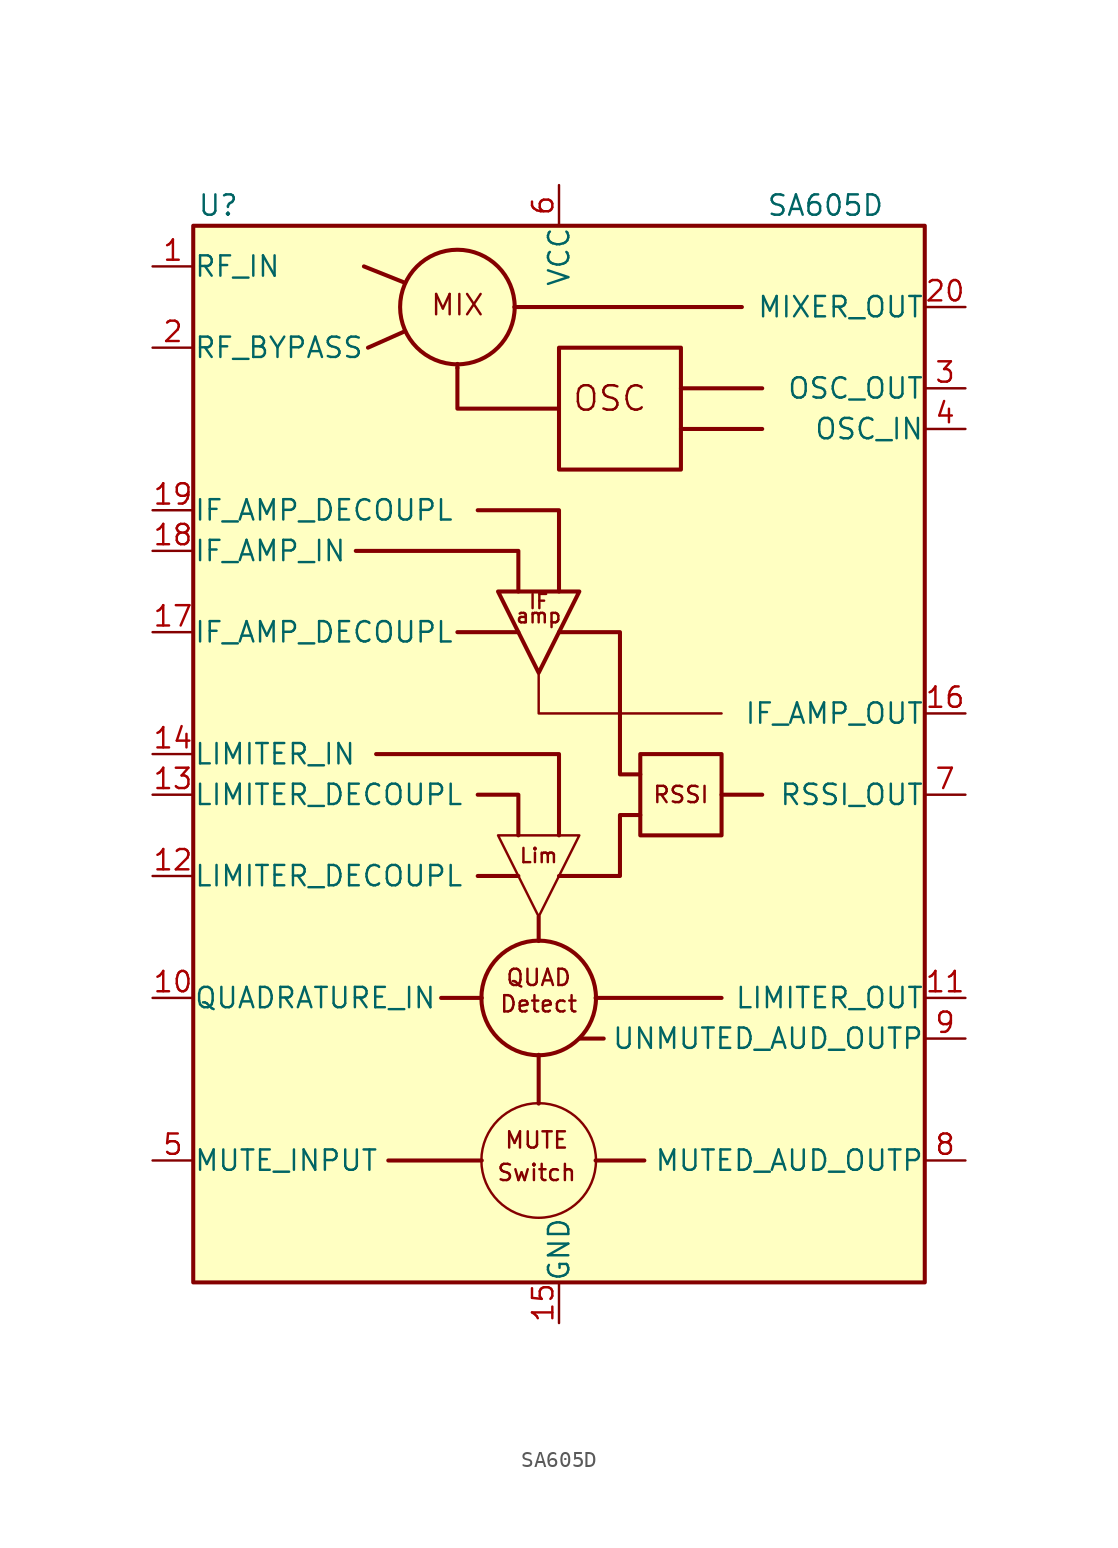
<source format=kicad_sym>
(kicad_symbol_lib
  (version 20201005)
  (generator kicad_symbol_editor)
  (symbol "SA605D"
    (pin_names
      (offset 0.025))
    (property "Reference" "U"
      (at -22.606 24.13 0)
      (effects (font (size 1.27 1.27)) (justify left)))
    (property "Value" "SA605D"
      (at 12.954 24.13 0)
      (effects (font (size 1.27 1.27)) (justify left)))
    (symbol "SA605D_0_0"
      (circle (center -1.27 -35.56) (radius 3.581) (stroke (width 0)) (fill (type none)))
      (circle (center -1.27 -25.4) (radius 3.581) (stroke (width 0.254)) (fill (type none)))
      (text "amp" (at -1.27 -1.524 0) (effects (font (size 0.889 0.889))))
      (text "Detect" (at -1.27 -25.781 0) (effects (font (size 1.016 1.016))))
      (text "IF" (at -1.27 -0.635 0) (effects (font (size 0.889 0.889))))
      (text "Lim" (at -1.27 -16.51 0) (effects (font (size 0.889 0.889))))
      (text "MIX" (at -6.35 17.907 0) (effects (font (size 1.27 1.27))))
      (text "MUTE" (at -1.397 -34.29 0) (effects (font (size 1.016 1.016))))
      (text "OSC" (at 3.175 12.065 0) (effects (font (size 1.524 1.524))))
      (text "QUAD" (at -1.27 -24.13 0) (effects (font (size 1.016 1.016))))
      (text "RSSI" (at 7.62 -12.7 0) (effects (font (size 1.016 1.016))))
      (text "Switch" (at -1.397 -36.322 0) (effects (font (size 1.016 1.016))))
      (polyline (pts (xy -12.192 20.32) (xy -9.652 19.304)) (stroke (width 0.254)) (fill (type none)))
      (polyline (pts (xy -11.938 15.24) (xy -9.652 16.256)) (stroke (width 0.254)) (fill (type none)))
      (polyline (pts (xy -6.35 -2.54) (xy -2.54 -2.54)) (stroke (width 0.254)) (fill (type none)))
      (polyline (pts (xy -6.35 13.97) (xy -6.35 14.224)) (stroke (width 0.254)) (fill (type none)))
      (polyline (pts (xy -4.826 -35.56) (xy -10.668 -35.56)) (stroke (width 0.254)) (fill (type none)))
      (polyline (pts (xy -4.826 -25.4) (xy -7.366 -25.4)) (stroke (width 0.254)) (fill (type none)))
      (polyline (pts (xy -2.54 -17.78) (xy -5.08 -17.78)) (stroke (width 0.254)) (fill (type none)))
      (polyline (pts (xy -2.54 17.78) (xy -2.794 17.78)) (stroke (width 0.254)) (fill (type none)))
      (polyline (pts (xy -1.27 -28.956) (xy -1.27 -32.004)) (stroke (width 0.254)) (fill (type none)))
      (polyline (pts (xy -1.27 -20.32) (xy -1.27 -21.844)) (stroke (width 0.254)) (fill (type none)))
      (polyline (pts (xy 1.27 -27.94) (xy 2.794 -27.94)) (stroke (width 0.254)) (fill (type none)))
      (polyline (pts (xy 2.286 -35.56) (xy 5.334 -35.56)) (stroke (width 0.254)) (fill (type none)))
      (polyline (pts (xy 2.286 -25.4) (xy 10.16 -25.4)) (stroke (width 0.254)) (fill (type none)))
      (polyline (pts (xy 7.62 10.16) (xy 12.7 10.16)) (stroke (width 0.254)) (fill (type none)))
      (polyline (pts (xy 10.16 -12.7) (xy 12.7 -12.7)) (stroke (width 0.254)) (fill (type none)))
      (polyline (pts (xy 11.43 17.78) (xy -2.54 17.78)) (stroke (width 0.254)) (fill (type none)))
      (polyline (pts (xy 12.7 12.7) (xy 7.62 12.7)) (stroke (width 0.254)) (fill (type none)))
      (polyline (pts (xy -12.7 2.54) (xy -2.54 2.54) (xy -2.54 0)) (stroke (width 0.254)) (fill (type none)))
      (polyline (pts (xy -11.43 -10.16) (xy 0 -10.16) (xy 0 -15.24)) (stroke (width 0.254)) (fill (type none)))
      (polyline (pts (xy -5.08 5.08) (xy 0 5.08) (xy 0 0)) (stroke (width 0.254)) (fill (type none)))
      (polyline (pts (xy -2.54 -15.24) (xy -2.54 -12.7) (xy -5.08 -12.7)) (stroke (width 0.254)) (fill (type none)))
      (polyline (pts (xy 0 11.43) (xy -6.35 11.43) (xy -6.35 13.97)) (stroke (width 0.254)) (fill (type none)))
      (polyline (pts (xy 0 -17.78) (xy 3.81 -17.78) (xy 3.81 -13.97) (xy 5.08 -13.97)) (stroke (width 0.254)) (fill (type none)))
      (polyline (pts (xy 0 -2.54) (xy 3.81 -2.54) (xy 3.81 -11.43) (xy 5.08 -11.43)) (stroke (width 0.254)) (fill (type none)))
      (polyline (pts (xy 1.27 -15.24) (xy -3.81 -15.24) (xy -1.27 -20.32) (xy 1.27 -15.24) (xy 1.27 -15.24)) (stroke (width 0)) (fill (type background)))
      (polyline (pts (xy 1.27 0) (xy -3.81 0) (xy -1.27 -5.08) (xy 1.27 0) (xy 1.27 0)) (stroke (width 0.254)) (fill (type background))))
    (symbol "SA605D_0_1"
      (circle (center -6.35 17.78) (radius 3.581) (stroke (width 0.254)) (fill (type none)))
      (rectangle (start -22.86 22.86) (end 22.86 -43.18) (stroke (width 0.254)) (fill (type background)))
      (rectangle (start 0 15.24) (end 7.62 7.62) (stroke (width 0.254)) (fill (type none)))
      (rectangle (start 5.08 -10.16) (end 10.16 -15.24) (stroke (width 0.254)) (fill (type none)))
      (polyline (pts (xy -1.27 -5.08) (xy -1.27 -7.62) (xy 10.16 -7.62)) (stroke (width 0)) (fill (type none))))
    (symbol "SA605D_1_1"
      (pin input line (at -25.4 20.32 0) (length 2.54) (name "RF_IN" (effects (font (size 1.27 1.27)))) (number "1" (effects (font (size 1.27 1.27)))))
      (pin input line (at -25.4 -25.4 0) (length 2.54) (name "QUADRATURE_IN" (effects (font (size 1.27 1.27)))) (number "10" (effects (font (size 1.27 1.27)))))
      (pin output line (at 25.4 -25.4 180) (length 2.54) (name "LIMITER_OUT" (effects (font (size 1.27 1.27)))) (number "11" (effects (font (size 1.27 1.27)))))
      (pin input line (at -25.4 -17.78 0) (length 2.54) (name "LIMITER_DECOUPL" (effects (font (size 1.27 1.27)))) (number "12" (effects (font (size 1.27 1.27)))))
      (pin input line (at -25.4 -12.7 0) (length 2.54) (name "LIMITER_DECOUPL" (effects (font (size 1.27 1.27)))) (number "13" (effects (font (size 1.27 1.27)))))
      (pin input line (at -25.4 -10.16 0) (length 2.54) (name "LIMITER_IN" (effects (font (size 1.27 1.27)))) (number "14" (effects (font (size 1.27 1.27)))))
      (pin power_in line (at 0 -45.72 90) (length 2.54) (name "GND" (effects (font (size 1.27 1.27)))) (number "15" (effects (font (size 1.27 1.27)))))
      (pin output line (at 25.4 -7.62 180) (length 2.54) (name "IF_AMP_OUT" (effects (font (size 1.27 1.27)))) (number "16" (effects (font (size 1.27 1.27)))))
      (pin input line (at -25.4 -2.54 0) (length 2.54) (name "IF_AMP_DECOUPL" (effects (font (size 1.27 1.27)))) (number "17" (effects (font (size 1.27 1.27)))))
      (pin input line (at -25.4 2.54 0) (length 2.54) (name "IF_AMP_IN" (effects (font (size 1.27 1.27)))) (number "18" (effects (font (size 1.27 1.27)))))
      (pin input line (at -25.4 5.08 0) (length 2.54) (name "IF_AMP_DECOUPL" (effects (font (size 1.27 1.27)))) (number "19" (effects (font (size 1.27 1.27)))))
      (pin input line (at -25.4 15.24 0) (length 2.54) (name "RF_BYPASS" (effects (font (size 1.27 1.27)))) (number "2" (effects (font (size 1.27 1.27)))))
      (pin output line (at 25.4 17.78 180) (length 2.54) (name "MIXER_OUT" (effects (font (size 1.27 1.27)))) (number "20" (effects (font (size 1.27 1.27)))))
      (pin output line (at 25.4 12.7 180) (length 2.54) (name "OSC_OUT" (effects (font (size 1.27 1.27)))) (number "3" (effects (font (size 1.27 1.27)))))
      (pin input line (at 25.4 10.16 180) (length 2.54) (name "OSC_IN" (effects (font (size 1.27 1.27)))) (number "4" (effects (font (size 1.27 1.27)))))
      (pin input line (at -25.4 -35.56 0) (length 2.54) (name "MUTE_INPUT" (effects (font (size 1.27 1.27)))) (number "5" (effects (font (size 1.27 1.27)))))
      (pin power_in line (at 0 25.4 270) (length 2.54) (name "VCC" (effects (font (size 1.27 1.27)))) (number "6" (effects (font (size 1.27 1.27)))))
      (pin output line (at 25.4 -12.7 180) (length 2.54) (name "RSSI_OUT" (effects (font (size 1.27 1.27)))) (number "7" (effects (font (size 1.27 1.27)))))
      (pin output line (at 25.4 -35.56 180) (length 2.54) (name "MUTED_AUD_OUTP" (effects (font (size 1.27 1.27)))) (number "8" (effects (font (size 1.27 1.27)))))
      (pin output line (at 25.4 -27.94 180) (length 2.54) (name "UNMUTED_AUD_OUTP" (effects (font (size 1.27 1.27)))) (number "9" (effects (font (size 1.27 1.27))))))))
</source>
